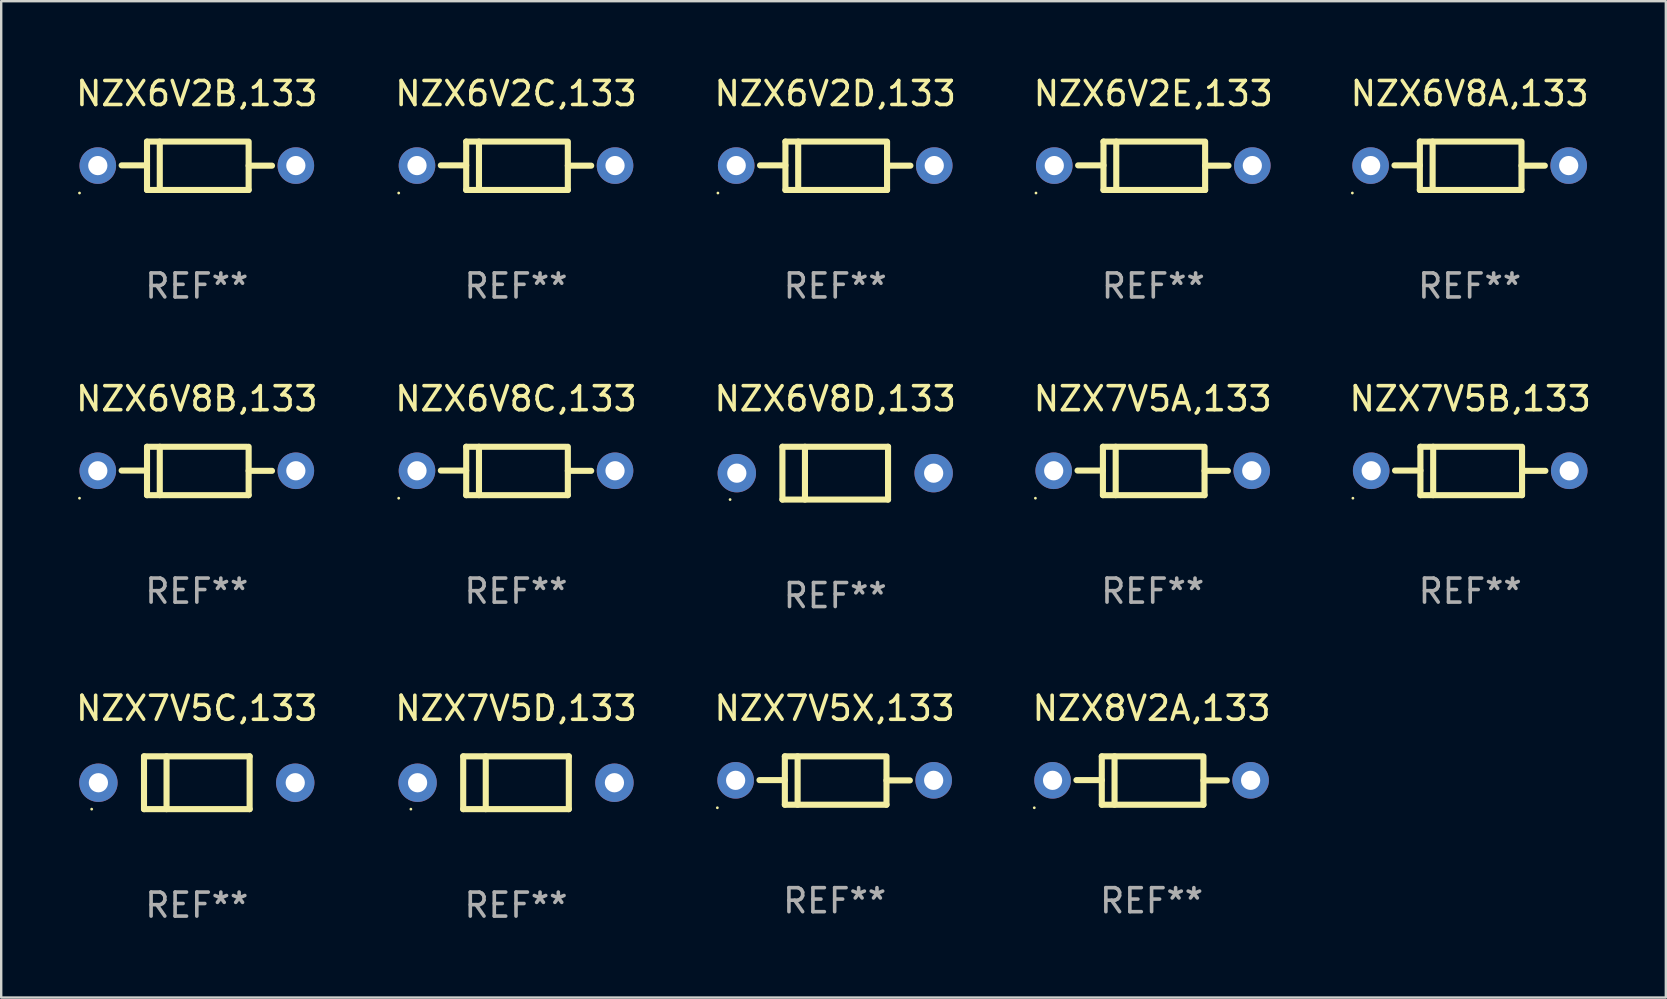
<source format=kicad_pcb>
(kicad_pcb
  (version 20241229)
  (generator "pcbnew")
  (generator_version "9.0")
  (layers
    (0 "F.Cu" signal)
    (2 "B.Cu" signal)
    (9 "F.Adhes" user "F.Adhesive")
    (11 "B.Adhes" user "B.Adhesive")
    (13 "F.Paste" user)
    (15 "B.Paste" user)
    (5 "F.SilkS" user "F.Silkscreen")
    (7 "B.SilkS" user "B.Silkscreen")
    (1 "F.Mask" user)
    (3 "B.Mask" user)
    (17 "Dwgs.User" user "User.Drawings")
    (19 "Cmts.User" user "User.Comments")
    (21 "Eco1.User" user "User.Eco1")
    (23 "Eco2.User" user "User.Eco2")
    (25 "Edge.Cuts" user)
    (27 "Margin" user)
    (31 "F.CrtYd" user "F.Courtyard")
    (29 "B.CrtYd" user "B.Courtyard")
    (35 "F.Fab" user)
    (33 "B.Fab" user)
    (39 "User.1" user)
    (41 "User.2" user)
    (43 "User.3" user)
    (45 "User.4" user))
  (footprint "NZX7V5X,133"
    (layer "F.Cu")
    (at 31.72 29.465)
    (property "Reference" "NZX7V5X,133" (at 0 -3.008 0) (layer "F.SilkS") (effects (font (size 1 1) (thickness 0.15))))
    (attr through_hole)
    (fp_line (start -2.075 -1.008) (end -2.075 1.008) (stroke (width 0.254) (type solid)) (layer "F.SilkS"))
    (fp_line (start -2.075 -0.017) (end -3.132 -0.017) (stroke (width 0.254) (type solid)) (layer "F.SilkS"))
    (fp_line (start -2.075 1.008) (end 2.159 1.008) (stroke (width 0.254) (type solid)) (layer "F.SilkS"))
    (fp_line (start -1.543 -1.008) (end -1.543 1.008) (stroke (width 0.254) (type solid)) (layer "F.SilkS"))
    (fp_line (start 2.075 -1.008) (end -2.075 -1.008) (stroke (width 0.254) (type solid)) (layer "F.SilkS"))
    (fp_line (start 2.159 -0.005) (end 3.132 -0.005) (stroke (width 0.254) (type solid)) (layer "F.SilkS"))
    (fp_line (start 2.159 1.008) (end 2.159 -1.008) (stroke (width 0.254) (type solid)) (layer "F.SilkS"))
    (fp_circle (center -4.887 1.135) (end -4.857 1.135) (stroke (width 0.06) (type solid)) (fill no) (layer "F.SilkS"))
    (fp_text user "REF**" (at 0 5.008 0) (layer "F.Fab") (effects (font (size 1 1) (thickness 0.15))))
    (pad "1" thru_hole circle (at -4.125 -0.008) (size 1.524 1.524) (drill 0.8) (layers "*.Cu" "*.Mask"))
    (pad "2" thru_hole circle (at 4.125 -0.008) (size 1.524 1.524) (drill 0.8) (layers "*.Cu" "*.Mask")))
  (footprint "NZX6V2C,133"
    (layer "F.Cu")
    (at 18.446 3.856)
    (property "Reference" "NZX6V2C,133" (at 0 -3.008 0) (layer "F.SilkS") (effects (font (size 1 1) (thickness 0.15))))
    (attr through_hole)
    (fp_line (start -2.075 -1.008) (end -2.075 1.008) (stroke (width 0.254) (type solid)) (layer "F.SilkS"))
    (fp_line (start -2.075 -0.017) (end -3.132 -0.017) (stroke (width 0.254) (type solid)) (layer "F.SilkS"))
    (fp_line (start -2.075 1.008) (end 2.159 1.008) (stroke (width 0.254) (type solid)) (layer "F.SilkS"))
    (fp_line (start -1.543 -1.008) (end -1.543 1.008) (stroke (width 0.254) (type solid)) (layer "F.SilkS"))
    (fp_line (start 2.075 -1.008) (end -2.075 -1.008) (stroke (width 0.254) (type solid)) (layer "F.SilkS"))
    (fp_line (start 2.159 -0.005) (end 3.132 -0.005) (stroke (width 0.254) (type solid)) (layer "F.SilkS"))
    (fp_line (start 2.159 1.008) (end 2.159 -1.008) (stroke (width 0.254) (type solid)) (layer "F.SilkS"))
    (fp_circle (center -4.887 1.135) (end -4.857 1.135) (stroke (width 0.06) (type solid)) (fill no) (layer "F.SilkS"))
    (fp_text user "REF**" (at 0 5.008 0) (layer "F.Fab") (effects (font (size 1 1) (thickness 0.15))))
    (pad "1" thru_hole circle (at -4.125 -0.008) (size 1.524 1.524) (drill 0.8) (layers "*.Cu" "*.Mask"))
    (pad "2" thru_hole circle (at 4.125 -0.008) (size 1.524 1.524) (drill 0.8) (layers "*.Cu" "*.Mask")))
  (footprint "NZX7V5C,133"
    (layer "F.Cu")
    (at 5.149 29.557)
    (property "Reference" "NZX7V5C,133" (at 0 -3.1 0) (layer "F.SilkS") (effects (font (size 1 1) (thickness 0.15))))
    (attr through_hole)
    (fp_line (start -2.2 -1.1) (end -2.2 1.1) (stroke (width 0.254) (type solid)) (layer "F.SilkS"))
    (fp_line (start -2.2 -1.1) (end 2.2 -1.1) (stroke (width 0.254) (type solid)) (layer "F.SilkS"))
    (fp_line (start -2.2 1.1) (end 2.2 1.1) (stroke (width 0.254) (type solid)) (layer "F.SilkS"))
    (fp_line (start -1.261 -1.1) (end -1.261 1.1) (stroke (width 0.254) (type solid)) (layer "F.SilkS"))
    (fp_line (start 2.2 -1.1) (end 2.2 1.1) (stroke (width 0.254) (type solid)) (layer "F.SilkS"))
    (fp_circle (center -4.38 1.1) (end -4.35 1.1) (stroke (width 0.06) (type solid)) (fill no) (layer "F.SilkS"))
    (fp_text user "REF**" (at 0 5.1 0) (layer "F.Fab") (effects (font (size 1 1) (thickness 0.15))))
    (pad "1" thru_hole circle (at -4.1 0) (size 1.6 1.6) (drill 0.8) (layers "*.Cu" "*.Mask"))
    (pad "2" thru_hole circle (at 4.1 0) (size 1.6 1.6) (drill 0.8) (layers "*.Cu" "*.Mask")))
  (footprint "NZX7V5D,133"
    (layer "F.Cu")
    (at 18.446 29.557)
    (property "Reference" "NZX7V5D,133" (at 0 -3.1 0) (layer "F.SilkS") (effects (font (size 1 1) (thickness 0.15))))
    (attr through_hole)
    (fp_line (start -2.2 -1.1) (end -2.2 1.1) (stroke (width 0.254) (type solid)) (layer "F.SilkS"))
    (fp_line (start -2.2 -1.1) (end 2.2 -1.1) (stroke (width 0.254) (type solid)) (layer "F.SilkS"))
    (fp_line (start -2.2 1.1) (end 2.2 1.1) (stroke (width 0.254) (type solid)) (layer "F.SilkS"))
    (fp_line (start -1.261 -1.1) (end -1.261 1.1) (stroke (width 0.254) (type solid)) (layer "F.SilkS"))
    (fp_line (start 2.2 -1.1) (end 2.2 1.1) (stroke (width 0.254) (type solid)) (layer "F.SilkS"))
    (fp_circle (center -4.38 1.1) (end -4.35 1.1) (stroke (width 0.06) (type solid)) (fill no) (layer "F.SilkS"))
    (fp_text user "REF**" (at 0 5.1 0) (layer "F.Fab") (effects (font (size 1 1) (thickness 0.15))))
    (pad "1" thru_hole circle (at -4.1 0) (size 1.6 1.6) (drill 0.8) (layers "*.Cu" "*.Mask"))
    (pad "2" thru_hole circle (at 4.1 0) (size 1.6 1.6) (drill 0.8) (layers "*.Cu" "*.Mask")))
  (footprint "NZX6V2E,133"
    (layer "F.Cu")
    (at 44.994 3.856)
    (property "Reference" "NZX6V2E,133" (at 0 -3.008 0) (layer "F.SilkS") (effects (font (size 1 1) (thickness 0.15))))
    (attr through_hole)
    (fp_line (start -2.075 -1.008) (end -2.075 1.008) (stroke (width 0.254) (type solid)) (layer "F.SilkS"))
    (fp_line (start -2.075 -0.017) (end -3.132 -0.017) (stroke (width 0.254) (type solid)) (layer "F.SilkS"))
    (fp_line (start -2.075 1.008) (end 2.159 1.008) (stroke (width 0.254) (type solid)) (layer "F.SilkS"))
    (fp_line (start -1.543 -1.008) (end -1.543 1.008) (stroke (width 0.254) (type solid)) (layer "F.SilkS"))
    (fp_line (start 2.075 -1.008) (end -2.075 -1.008) (stroke (width 0.254) (type solid)) (layer "F.SilkS"))
    (fp_line (start 2.159 -0.005) (end 3.132 -0.005) (stroke (width 0.254) (type solid)) (layer "F.SilkS"))
    (fp_line (start 2.159 1.008) (end 2.159 -1.008) (stroke (width 0.254) (type solid)) (layer "F.SilkS"))
    (fp_circle (center -4.887 1.135) (end -4.857 1.135) (stroke (width 0.06) (type solid)) (fill no) (layer "F.SilkS"))
    (fp_text user "REF**" (at 0 5.008 0) (layer "F.Fab") (effects (font (size 1 1) (thickness 0.15))))
    (pad "1" thru_hole circle (at -4.125 -0.008) (size 1.524 1.524) (drill 0.8) (layers "*.Cu" "*.Mask"))
    (pad "2" thru_hole circle (at 4.125 -0.008) (size 1.524 1.524) (drill 0.8) (layers "*.Cu" "*.Mask")))
  (footprint "NZX6V2B,133"
    (layer "F.Cu")
    (at 5.149 3.856)
    (property "Reference" "NZX6V2B,133" (at 0 -3.008 0) (layer "F.SilkS") (effects (font (size 1 1) (thickness 0.15))))
    (attr through_hole)
    (fp_line (start -2.075 -1.008) (end -2.075 1.008) (stroke (width 0.254) (type solid)) (layer "F.SilkS"))
    (fp_line (start -2.075 -0.017) (end -3.132 -0.017) (stroke (width 0.254) (type solid)) (layer "F.SilkS"))
    (fp_line (start -2.075 1.008) (end 2.159 1.008) (stroke (width 0.254) (type solid)) (layer "F.SilkS"))
    (fp_line (start -1.543 -1.008) (end -1.543 1.008) (stroke (width 0.254) (type solid)) (layer "F.SilkS"))
    (fp_line (start 2.075 -1.008) (end -2.075 -1.008) (stroke (width 0.254) (type solid)) (layer "F.SilkS"))
    (fp_line (start 2.159 -0.005) (end 3.132 -0.005) (stroke (width 0.254) (type solid)) (layer "F.SilkS"))
    (fp_line (start 2.159 1.008) (end 2.159 -1.008) (stroke (width 0.254) (type solid)) (layer "F.SilkS"))
    (fp_circle (center -4.887 1.135) (end -4.857 1.135) (stroke (width 0.06) (type solid)) (fill no) (layer "F.SilkS"))
    (fp_text user "REF**" (at 0 5.008 0) (layer "F.Fab") (effects (font (size 1 1) (thickness 0.15))))
    (pad "1" thru_hole circle (at -4.125 -0.008) (size 1.524 1.524) (drill 0.8) (layers "*.Cu" "*.Mask"))
    (pad "2" thru_hole circle (at 4.125 -0.008) (size 1.524 1.524) (drill 0.8) (layers "*.Cu" "*.Mask")))
  (footprint "NZX6V8C,133"
    (layer "F.Cu")
    (at 18.446 16.569)
    (property "Reference" "NZX6V8C,133" (at 0 -3.008 0) (layer "F.SilkS") (effects (font (size 1 1) (thickness 0.15))))
    (attr through_hole)
    (fp_line (start -2.075 -1.008) (end -2.075 1.008) (stroke (width 0.254) (type solid)) (layer "F.SilkS"))
    (fp_line (start -2.075 -0.017) (end -3.132 -0.017) (stroke (width 0.254) (type solid)) (layer "F.SilkS"))
    (fp_line (start -2.075 1.008) (end 2.159 1.008) (stroke (width 0.254) (type solid)) (layer "F.SilkS"))
    (fp_line (start -1.543 -1.008) (end -1.543 1.008) (stroke (width 0.254) (type solid)) (layer "F.SilkS"))
    (fp_line (start 2.075 -1.008) (end -2.075 -1.008) (stroke (width 0.254) (type solid)) (layer "F.SilkS"))
    (fp_line (start 2.159 -0.005) (end 3.132 -0.005) (stroke (width 0.254) (type solid)) (layer "F.SilkS"))
    (fp_line (start 2.159 1.008) (end 2.159 -1.008) (stroke (width 0.254) (type solid)) (layer "F.SilkS"))
    (fp_circle (center -4.887 1.135) (end -4.857 1.135) (stroke (width 0.06) (type solid)) (fill no) (layer "F.SilkS"))
    (fp_text user "REF**" (at 0 5.008 0) (layer "F.Fab") (effects (font (size 1 1) (thickness 0.15))))
    (pad "1" thru_hole circle (at -4.125 -0.008) (size 1.524 1.524) (drill 0.8) (layers "*.Cu" "*.Mask"))
    (pad "2" thru_hole circle (at 4.125 -0.008) (size 1.524 1.524) (drill 0.8) (layers "*.Cu" "*.Mask")))
  (footprint "NZX7V5B,133"
    (layer "F.Cu")
    (at 58.196 16.569)
    (property "Reference" "NZX7V5B,133" (at 0 -3.008 0) (layer "F.SilkS") (effects (font (size 1 1) (thickness 0.15))))
    (attr through_hole)
    (fp_line (start -2.075 -1.008) (end -2.075 1.008) (stroke (width 0.254) (type solid)) (layer "F.SilkS"))
    (fp_line (start -2.075 -0.017) (end -3.132 -0.017) (stroke (width 0.254) (type solid)) (layer "F.SilkS"))
    (fp_line (start -2.075 1.008) (end 2.159 1.008) (stroke (width 0.254) (type solid)) (layer "F.SilkS"))
    (fp_line (start -1.543 -1.008) (end -1.543 1.008) (stroke (width 0.254) (type solid)) (layer "F.SilkS"))
    (fp_line (start 2.075 -1.008) (end -2.075 -1.008) (stroke (width 0.254) (type solid)) (layer "F.SilkS"))
    (fp_line (start 2.159 -0.005) (end 3.132 -0.005) (stroke (width 0.254) (type solid)) (layer "F.SilkS"))
    (fp_line (start 2.159 1.008) (end 2.159 -1.008) (stroke (width 0.254) (type solid)) (layer "F.SilkS"))
    (fp_circle (center -4.887 1.135) (end -4.857 1.135) (stroke (width 0.06) (type solid)) (fill no) (layer "F.SilkS"))
    (fp_text user "REF**" (at 0 5.008 0) (layer "F.Fab") (effects (font (size 1 1) (thickness 0.15))))
    (pad "1" thru_hole circle (at -4.125 -0.008) (size 1.524 1.524) (drill 0.8) (layers "*.Cu" "*.Mask"))
    (pad "2" thru_hole circle (at 4.125 -0.008) (size 1.524 1.524) (drill 0.8) (layers "*.Cu" "*.Mask")))
  (footprint "NZX8V2A,133"
    (layer "F.Cu")
    (at 44.923 29.465)
    (property "Reference" "NZX8V2A,133" (at 0 -3.008 0) (layer "F.SilkS") (effects (font (size 1 1) (thickness 0.15))))
    (attr through_hole)
    (fp_line (start -2.075 -1.008) (end -2.075 1.008) (stroke (width 0.254) (type solid)) (layer "F.SilkS"))
    (fp_line (start -2.075 -0.017) (end -3.132 -0.017) (stroke (width 0.254) (type solid)) (layer "F.SilkS"))
    (fp_line (start -2.075 1.008) (end 2.159 1.008) (stroke (width 0.254) (type solid)) (layer "F.SilkS"))
    (fp_line (start -1.543 -1.008) (end -1.543 1.008) (stroke (width 0.254) (type solid)) (layer "F.SilkS"))
    (fp_line (start 2.075 -1.008) (end -2.075 -1.008) (stroke (width 0.254) (type solid)) (layer "F.SilkS"))
    (fp_line (start 2.159 -0.005) (end 3.132 -0.005) (stroke (width 0.254) (type solid)) (layer "F.SilkS"))
    (fp_line (start 2.159 1.008) (end 2.159 -1.008) (stroke (width 0.254) (type solid)) (layer "F.SilkS"))
    (fp_circle (center -4.887 1.135) (end -4.857 1.135) (stroke (width 0.06) (type solid)) (fill no) (layer "F.SilkS"))
    (fp_text user "REF**" (at 0 5.008 0) (layer "F.Fab") (effects (font (size 1 1) (thickness 0.15))))
    (pad "1" thru_hole circle (at -4.125 -0.008) (size 1.524 1.524) (drill 0.8) (layers "*.Cu" "*.Mask"))
    (pad "2" thru_hole circle (at 4.125 -0.008) (size 1.524 1.524) (drill 0.8) (layers "*.Cu" "*.Mask")))
  (footprint "NZX6V8B,133"
    (layer "F.Cu")
    (at 5.149 16.569)
    (property "Reference" "NZX6V8B,133" (at 0 -3.008 0) (layer "F.SilkS") (effects (font (size 1 1) (thickness 0.15))))
    (attr through_hole)
    (fp_line (start -2.075 -1.008) (end -2.075 1.008) (stroke (width 0.254) (type solid)) (layer "F.SilkS"))
    (fp_line (start -2.075 -0.017) (end -3.132 -0.017) (stroke (width 0.254) (type solid)) (layer "F.SilkS"))
    (fp_line (start -2.075 1.008) (end 2.159 1.008) (stroke (width 0.254) (type solid)) (layer "F.SilkS"))
    (fp_line (start -1.543 -1.008) (end -1.543 1.008) (stroke (width 0.254) (type solid)) (layer "F.SilkS"))
    (fp_line (start 2.075 -1.008) (end -2.075 -1.008) (stroke (width 0.254) (type solid)) (layer "F.SilkS"))
    (fp_line (start 2.159 -0.005) (end 3.132 -0.005) (stroke (width 0.254) (type solid)) (layer "F.SilkS"))
    (fp_line (start 2.159 1.008) (end 2.159 -1.008) (stroke (width 0.254) (type solid)) (layer "F.SilkS"))
    (fp_circle (center -4.887 1.135) (end -4.857 1.135) (stroke (width 0.06) (type solid)) (fill no) (layer "F.SilkS"))
    (fp_text user "REF**" (at 0 5.008 0) (layer "F.Fab") (effects (font (size 1 1) (thickness 0.15))))
    (pad "1" thru_hole circle (at -4.125 -0.008) (size 1.524 1.524) (drill 0.8) (layers "*.Cu" "*.Mask"))
    (pad "2" thru_hole circle (at 4.125 -0.008) (size 1.524 1.524) (drill 0.8) (layers "*.Cu" "*.Mask")))
  (footprint "NZX7V5A,133"
    (layer "F.Cu")
    (at 44.97 16.569)
    (property "Reference" "NZX7V5A,133" (at 0 -3.008 0) (layer "F.SilkS") (effects (font (size 1 1) (thickness 0.15))))
    (attr through_hole)
    (fp_line (start -2.075 -1.008) (end -2.075 1.008) (stroke (width 0.254) (type solid)) (layer "F.SilkS"))
    (fp_line (start -2.075 -0.017) (end -3.132 -0.017) (stroke (width 0.254) (type solid)) (layer "F.SilkS"))
    (fp_line (start -2.075 1.008) (end 2.159 1.008) (stroke (width 0.254) (type solid)) (layer "F.SilkS"))
    (fp_line (start -1.543 -1.008) (end -1.543 1.008) (stroke (width 0.254) (type solid)) (layer "F.SilkS"))
    (fp_line (start 2.075 -1.008) (end -2.075 -1.008) (stroke (width 0.254) (type solid)) (layer "F.SilkS"))
    (fp_line (start 2.159 -0.005) (end 3.132 -0.005) (stroke (width 0.254) (type solid)) (layer "F.SilkS"))
    (fp_line (start 2.159 1.008) (end 2.159 -1.008) (stroke (width 0.254) (type solid)) (layer "F.SilkS"))
    (fp_circle (center -4.887 1.135) (end -4.857 1.135) (stroke (width 0.06) (type solid)) (fill no) (layer "F.SilkS"))
    (fp_text user "REF**" (at 0 5.008 0) (layer "F.Fab") (effects (font (size 1 1) (thickness 0.15))))
    (pad "1" thru_hole circle (at -4.125 -0.008) (size 1.524 1.524) (drill 0.8) (layers "*.Cu" "*.Mask"))
    (pad "2" thru_hole circle (at 4.125 -0.008) (size 1.524 1.524) (drill 0.8) (layers "*.Cu" "*.Mask")))
  (footprint "NZX6V8D,133"
    (layer "F.Cu")
    (at 31.744 16.661)
    (property "Reference" "NZX6V8D,133" (at 0 -3.1 0) (layer "F.SilkS") (effects (font (size 1 1) (thickness 0.15))))
    (attr through_hole)
    (fp_line (start -2.2 -1.1) (end -2.2 1.1) (stroke (width 0.254) (type solid)) (layer "F.SilkS"))
    (fp_line (start -2.2 -1.1) (end 2.2 -1.1) (stroke (width 0.254) (type solid)) (layer "F.SilkS"))
    (fp_line (start -2.2 1.1) (end 2.2 1.1) (stroke (width 0.254) (type solid)) (layer "F.SilkS"))
    (fp_line (start -1.261 -1.1) (end -1.261 1.1) (stroke (width 0.254) (type solid)) (layer "F.SilkS"))
    (fp_line (start 2.2 -1.1) (end 2.2 1.1) (stroke (width 0.254) (type solid)) (layer "F.SilkS"))
    (fp_circle (center -4.38 1.1) (end -4.35 1.1) (stroke (width 0.06) (type solid)) (fill no) (layer "F.SilkS"))
    (fp_text user "REF**" (at 0 5.1 0) (layer "F.Fab") (effects (font (size 1 1) (thickness 0.15))))
    (pad "1" thru_hole circle (at -4.1 0) (size 1.6 1.6) (drill 0.8) (layers "*.Cu" "*.Mask"))
    (pad "2" thru_hole circle (at 4.1 0) (size 1.6 1.6) (drill 0.8) (layers "*.Cu" "*.Mask")))
  (footprint "NZX6V8A,133"
    (layer "F.Cu")
    (at 58.173 3.856)
    (property "Reference" "NZX6V8A,133" (at 0 -3.008 0) (layer "F.SilkS") (effects (font (size 1 1) (thickness 0.15))))
    (attr through_hole)
    (fp_line (start -2.075 -1.008) (end -2.075 1.008) (stroke (width 0.254) (type solid)) (layer "F.SilkS"))
    (fp_line (start -2.075 -0.017) (end -3.132 -0.017) (stroke (width 0.254) (type solid)) (layer "F.SilkS"))
    (fp_line (start -2.075 1.008) (end 2.159 1.008) (stroke (width 0.254) (type solid)) (layer "F.SilkS"))
    (fp_line (start -1.543 -1.008) (end -1.543 1.008) (stroke (width 0.254) (type solid)) (layer "F.SilkS"))
    (fp_line (start 2.075 -1.008) (end -2.075 -1.008) (stroke (width 0.254) (type solid)) (layer "F.SilkS"))
    (fp_line (start 2.159 -0.005) (end 3.132 -0.005) (stroke (width 0.254) (type solid)) (layer "F.SilkS"))
    (fp_line (start 2.159 1.008) (end 2.159 -1.008) (stroke (width 0.254) (type solid)) (layer "F.SilkS"))
    (fp_circle (center -4.887 1.135) (end -4.857 1.135) (stroke (width 0.06) (type solid)) (fill no) (layer "F.SilkS"))
    (fp_text user "REF**" (at 0 5.008 0) (layer "F.Fab") (effects (font (size 1 1) (thickness 0.15))))
    (pad "1" thru_hole circle (at -4.125 -0.008) (size 1.524 1.524) (drill 0.8) (layers "*.Cu" "*.Mask"))
    (pad "2" thru_hole circle (at 4.125 -0.008) (size 1.524 1.524) (drill 0.8) (layers "*.Cu" "*.Mask")))
  (footprint "NZX6V2D,133"
    (layer "F.Cu")
    (at 31.744 3.856)
    (property "Reference" "NZX6V2D,133" (at 0 -3.008 0) (layer "F.SilkS") (effects (font (size 1 1) (thickness 0.15))))
    (attr through_hole)
    (fp_line (start -2.075 -1.008) (end -2.075 1.008) (stroke (width 0.254) (type solid)) (layer "F.SilkS"))
    (fp_line (start -2.075 -0.017) (end -3.132 -0.017) (stroke (width 0.254) (type solid)) (layer "F.SilkS"))
    (fp_line (start -2.075 1.008) (end 2.159 1.008) (stroke (width 0.254) (type solid)) (layer "F.SilkS"))
    (fp_line (start -1.543 -1.008) (end -1.543 1.008) (stroke (width 0.254) (type solid)) (layer "F.SilkS"))
    (fp_line (start 2.075 -1.008) (end -2.075 -1.008) (stroke (width 0.254) (type solid)) (layer "F.SilkS"))
    (fp_line (start 2.159 -0.005) (end 3.132 -0.005) (stroke (width 0.254) (type solid)) (layer "F.SilkS"))
    (fp_line (start 2.159 1.008) (end 2.159 -1.008) (stroke (width 0.254) (type solid)) (layer "F.SilkS"))
    (fp_circle (center -4.887 1.135) (end -4.857 1.135) (stroke (width 0.06) (type solid)) (fill no) (layer "F.SilkS"))
    (fp_text user "REF**" (at 0 5.008 0) (layer "F.Fab") (effects (font (size 1 1) (thickness 0.15))))
    (pad "1" thru_hole circle (at -4.125 -0.008) (size 1.524 1.524) (drill 0.8) (layers "*.Cu" "*.Mask"))
    (pad "2" thru_hole circle (at 4.125 -0.008) (size 1.524 1.524) (drill 0.8) (layers "*.Cu" "*.Mask")))
  (gr_rect
    (start -3 -3)
    (end 66.345 38.506)
    (stroke (width 0.1) (type default))
    (fill no)
    (layer "Edge.Cuts")))
</source>
